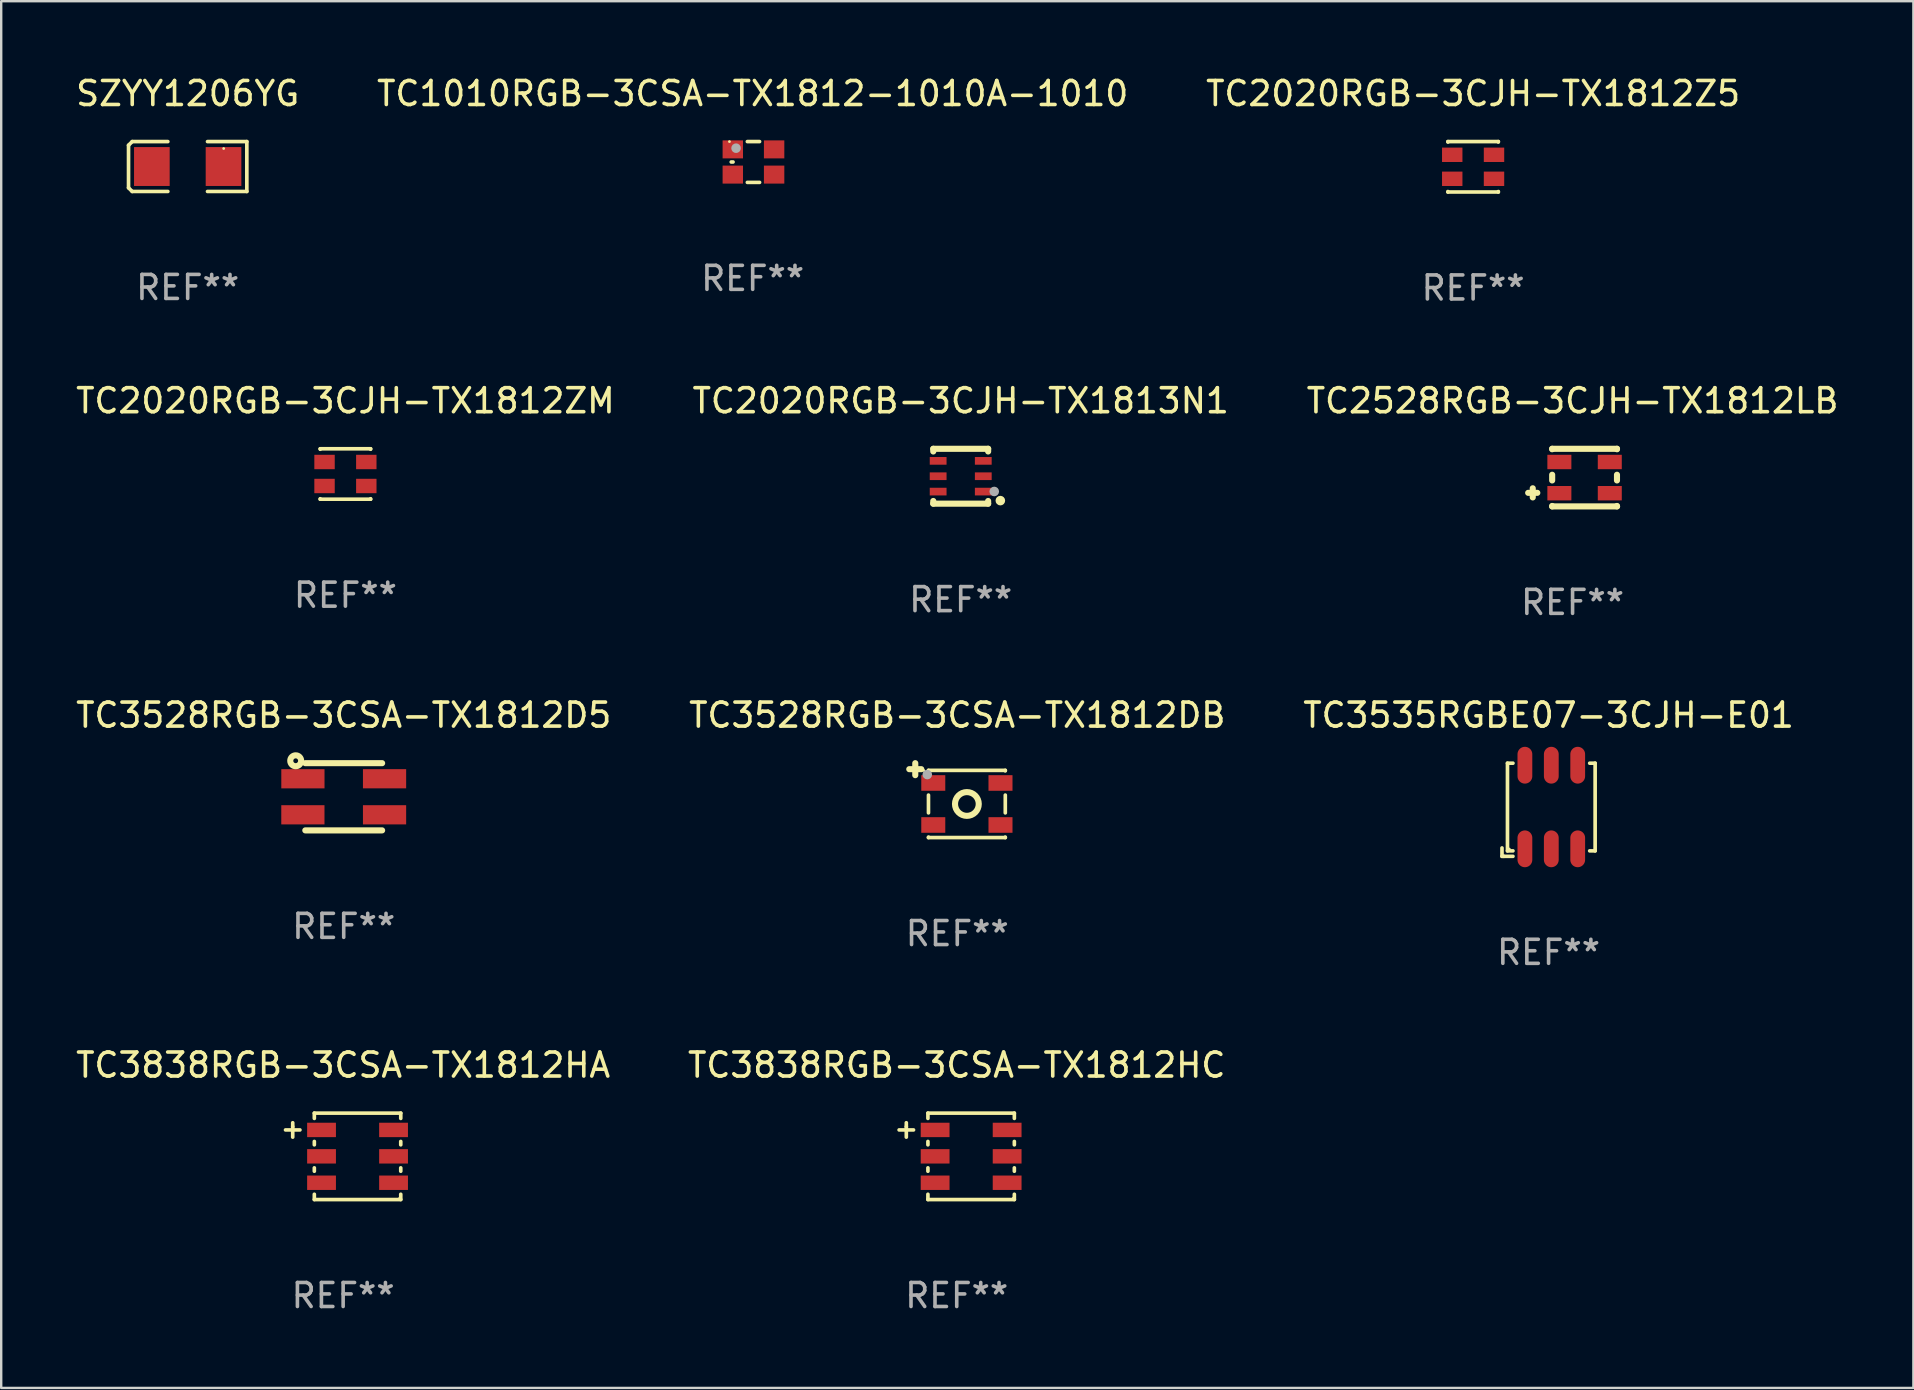
<source format=kicad_pcb>
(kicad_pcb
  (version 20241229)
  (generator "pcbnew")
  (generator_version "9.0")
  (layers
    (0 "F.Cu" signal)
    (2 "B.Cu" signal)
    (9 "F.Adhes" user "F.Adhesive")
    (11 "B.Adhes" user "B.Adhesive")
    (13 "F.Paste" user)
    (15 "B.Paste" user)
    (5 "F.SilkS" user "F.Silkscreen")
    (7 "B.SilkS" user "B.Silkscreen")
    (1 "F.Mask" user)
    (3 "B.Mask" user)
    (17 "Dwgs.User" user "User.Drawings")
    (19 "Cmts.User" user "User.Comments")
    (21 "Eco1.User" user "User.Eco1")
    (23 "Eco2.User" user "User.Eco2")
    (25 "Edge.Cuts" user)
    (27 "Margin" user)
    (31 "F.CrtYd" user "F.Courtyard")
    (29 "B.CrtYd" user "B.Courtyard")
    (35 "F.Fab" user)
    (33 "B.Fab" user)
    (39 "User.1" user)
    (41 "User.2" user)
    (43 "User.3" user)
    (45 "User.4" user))
  (footprint "TC3838RGB-3CSA-TX1812HA"
    (layer "F.Cu")
    (at 11.244 45.119)
    (property "Reference" "TC3838RGB-3CSA-TX1812HA" (at 0 -3.8 0) (layer "F.SilkS") (effects (font (size 1 1) (thickness 0.15))))
    (attr through_hole)
    (fp_line (start -2.4 -1.1) (end -1.8 -1.1) (stroke (width 0.152) (type solid)) (layer "F.SilkS"))
    (fp_line (start -2.1 -1.237) (end -2.1 -1.399) (stroke (width 0.152) (type solid)) (layer "F.SilkS"))
    (fp_line (start -2.1 -0.8) (end -2.1 -1.237) (stroke (width 0.152) (type solid)) (layer "F.SilkS"))
    (fp_line (start -1.2 -1.8) (end 2.4 -1.8) (stroke (width 0.152) (type solid)) (layer "F.SilkS"))
    (fp_line (start -1.2 -1.58) (end -1.2 -1.8) (stroke (width 0.152) (type solid)) (layer "F.SilkS"))
    (fp_line (start -1.2 -0.48) (end -1.2 -0.62) (stroke (width 0.152) (type solid)) (layer "F.SilkS"))
    (fp_line (start -1.2 0.62) (end -1.2 0.48) (stroke (width 0.152) (type solid)) (layer "F.SilkS"))
    (fp_line (start -1.2 1.8) (end -1.2 1.58) (stroke (width 0.152) (type solid)) (layer "F.SilkS"))
    (fp_line (start 2.4 -1.8) (end 2.4 -1.58) (stroke (width 0.152) (type solid)) (layer "F.SilkS"))
    (fp_line (start 2.4 -0.62) (end 2.4 -0.48) (stroke (width 0.152) (type solid)) (layer "F.SilkS"))
    (fp_line (start 2.4 0.48) (end 2.4 0.62) (stroke (width 0.152) (type solid)) (layer "F.SilkS"))
    (fp_line (start 2.4 1.58) (end 2.4 1.8) (stroke (width 0.152) (type solid)) (layer "F.SilkS"))
    (fp_line (start 2.4 1.8) (end -1.2 1.8) (stroke (width 0.152) (type solid)) (layer "F.SilkS"))
    (fp_circle (center 2.35 1.75) (end 2.38 1.75) (stroke (width 0.06) (type solid)) (fill no) (layer "F.SilkS"))
    (fp_text user "REF**" (at 0 5.8 0) (layer "F.Fab") (effects (font (size 1 1) (thickness 0.15))))
    (pad "1" smd rect (at 2.1 1.1 180) (size 1.2 0.6) (layers "F.Cu" "F.Mask" "F.Paste"))
    (pad "2" smd rect (at 2.1 0 180) (size 1.2 0.6) (layers "F.Cu" "F.Mask" "F.Paste"))
    (pad "3" smd rect (at 2.1 -1.1 180) (size 1.2 0.6) (layers "F.Cu" "F.Mask" "F.Paste"))
    (pad "4" smd rect (at -0.9 -1.1 180) (size 1.2 0.6) (layers "F.Cu" "F.Mask" "F.Paste"))
    (pad "5" smd rect (at -0.9 0 180) (size 1.2 0.6) (layers "F.Cu" "F.Mask" "F.Paste"))
    (pad "6" smd rect (at -0.9 1.1 180) (size 1.2 0.6) (layers "F.Cu" "F.Mask" "F.Paste")))
  (footprint "TC3838RGB-3CSA-TX1812HC"
    (layer "F.Cu")
    (at 36.804 45.119)
    (property "Reference" "TC3838RGB-3CSA-TX1812HC" (at 0 -3.8 0) (layer "F.SilkS") (effects (font (size 1 1) (thickness 0.15))))
    (attr through_hole)
    (fp_line (start -2.4 -1.1) (end -1.8 -1.1) (stroke (width 0.152) (type solid)) (layer "F.SilkS"))
    (fp_line (start -2.1 -1.237) (end -2.1 -1.399) (stroke (width 0.152) (type solid)) (layer "F.SilkS"))
    (fp_line (start -2.1 -0.8) (end -2.1 -1.237) (stroke (width 0.152) (type solid)) (layer "F.SilkS"))
    (fp_line (start -1.2 -1.8) (end 2.4 -1.8) (stroke (width 0.152) (type solid)) (layer "F.SilkS"))
    (fp_line (start -1.2 -1.58) (end -1.2 -1.8) (stroke (width 0.152) (type solid)) (layer "F.SilkS"))
    (fp_line (start -1.2 -0.48) (end -1.2 -0.62) (stroke (width 0.152) (type solid)) (layer "F.SilkS"))
    (fp_line (start -1.2 0.62) (end -1.2 0.48) (stroke (width 0.152) (type solid)) (layer "F.SilkS"))
    (fp_line (start -1.2 1.8) (end -1.2 1.58) (stroke (width 0.152) (type solid)) (layer "F.SilkS"))
    (fp_line (start 2.4 -1.8) (end 2.4 -1.58) (stroke (width 0.152) (type solid)) (layer "F.SilkS"))
    (fp_line (start 2.4 -0.62) (end 2.4 -0.48) (stroke (width 0.152) (type solid)) (layer "F.SilkS"))
    (fp_line (start 2.4 0.48) (end 2.4 0.62) (stroke (width 0.152) (type solid)) (layer "F.SilkS"))
    (fp_line (start 2.4 1.58) (end 2.4 1.8) (stroke (width 0.152) (type solid)) (layer "F.SilkS"))
    (fp_line (start 2.4 1.8) (end -1.2 1.8) (stroke (width 0.152) (type solid)) (layer "F.SilkS"))
    (fp_circle (center 2.35 1.75) (end 2.38 1.75) (stroke (width 0.06) (type solid)) (fill no) (layer "F.SilkS"))
    (fp_text user "REF**" (at 0 5.8 0) (layer "F.Fab") (effects (font (size 1 1) (thickness 0.15))))
    (pad "1" smd rect (at 2.1 1.1 180) (size 1.2 0.6) (layers "F.Cu" "F.Mask" "F.Paste"))
    (pad "2" smd rect (at 2.1 0 180) (size 1.2 0.6) (layers "F.Cu" "F.Mask" "F.Paste"))
    (pad "3" smd rect (at 2.1 -1.1 180) (size 1.2 0.6) (layers "F.Cu" "F.Mask" "F.Paste"))
    (pad "4" smd rect (at -0.9 -1.1 180) (size 1.2 0.6) (layers "F.Cu" "F.Mask" "F.Paste"))
    (pad "5" smd rect (at -0.9 0 180) (size 1.2 0.6) (layers "F.Cu" "F.Mask" "F.Paste"))
    (pad "6" smd rect (at -0.9 1.1 180) (size 1.2 0.6) (layers "F.Cu" "F.Mask" "F.Paste")))
  (footprint "TC2020RGB-3CJH-TX1813N1"
    (layer "F.Cu")
    (at 36.97 16.788)
    (property "Reference" "TC2020RGB-3CJH-TX1813N1" (at 0 -3.143 0) (layer "F.SilkS") (effects (font (size 1 1) (thickness 0.15))))
    (attr through_hole)
    (fp_line (start -1.143 -1.143) (end 1.143 -1.143) (stroke (width 0.254) (type solid)) (layer "F.SilkS"))
    (fp_line (start -1.143 -1.031) (end -1.143 -1.143) (stroke (width 0.254) (type solid)) (layer "F.SilkS"))
    (fp_line (start -1.143 1.143) (end -1.143 1.031) (stroke (width 0.254) (type solid)) (layer "F.SilkS"))
    (fp_line (start 1.143 -1.143) (end 1.143 -1.031) (stroke (width 0.254) (type solid)) (layer "F.SilkS"))
    (fp_line (start 1.143 1.031) (end 1.143 1.143) (stroke (width 0.254) (type solid)) (layer "F.SilkS"))
    (fp_line (start 1.143 1.143) (end -1.143 1.143) (stroke (width 0.254) (type solid)) (layer "F.SilkS"))
    (fp_circle (center 1.19 1.1) (end 1.22 1.1) (stroke (width 0.06) (type solid)) (fill no) (layer "F.SilkS"))
    (fp_circle (center 1.651 1.016) (end 1.751 1.016) (stroke (width 0.2) (type solid)) (fill no) (layer "F.SilkS"))
    (fp_circle (center 1.397 0.635) (end 1.497 0.635) (stroke (width 0.2) (type solid)) (fill no) (layer "F.Fab"))
    (fp_text user "REF**" (at 0 5.143 0) (layer "F.Fab") (effects (font (size 1 1) (thickness 0.15))))
    (pad "1" smd rect (at 0.94 0.64) (size 0.7 0.32) (layers "F.Cu" "F.Mask" "F.Paste"))
    (pad "2" smd rect (at 0.94 0.000102) (size 0.7 0.32) (layers "F.Cu" "F.Mask" "F.Paste"))
    (pad "3" smd rect (at 0.94 -0.64) (size 0.7 0.32) (layers "F.Cu" "F.Mask" "F.Paste"))
    (pad "4" smd rect (at -0.94 -0.64) (size 0.7 0.32) (layers "F.Cu" "F.Mask" "F.Paste"))
    (pad "5" smd rect (at -0.94 0.000102) (size 0.7 0.32) (layers "F.Cu" "F.Mask" "F.Paste"))
    (pad "6" smd rect (at -0.94 0.64) (size 0.7 0.32) (layers "F.Cu" "F.Mask" "F.Paste")))
  (footprint "TC1010RGB-3CSA-TX1812-1010A-1010"
    (layer "F.Cu")
    (at 28.304 3.698)
    (property "Reference" "TC1010RGB-3CSA-TX1812-1010A-1010" (at 0 -2.85 0) (layer "F.SilkS") (effects (font (size 1 1) (thickness 0.15))))
    (attr through_hole)
    (fp_line (start -0.893 -0.000013) (end -0.818 -0.000013) (stroke (width 0.152) (type solid)) (layer "F.SilkS"))
    (fp_line (start -0.222 -0.85) (end 0.287 -0.85) (stroke (width 0.152) (type solid)) (layer "F.SilkS"))
    (fp_line (start -0.222 0.85) (end 0.287 0.85) (stroke (width 0.152) (type solid)) (layer "F.SilkS"))
    (fp_circle (center -0.968 -0.85) (end -0.938 -0.85) (stroke (width 0.06) (type solid)) (fill no) (layer "F.SilkS"))
    (fp_circle (center -0.692 -0.575) (end -0.592 -0.575) (stroke (width 0.2) (type solid)) (fill no) (layer "F.Fab"))
    (fp_text user "REF**" (at 0 4.85 0) (layer "F.Fab") (effects (font (size 1 1) (thickness 0.15))))
    (pad "1" smd rect (at -0.828 -0.525) (size 0.85 0.75) (layers "F.Cu" "F.Mask" "F.Paste"))
    (pad "2" smd rect (at 0.893 -0.525) (size 0.85 0.75) (layers "F.Cu" "F.Mask" "F.Paste"))
    (pad "3" smd rect (at 0.893 0.525) (size 0.85 0.75) (layers "F.Cu" "F.Mask" "F.Paste"))
    (pad "4" smd rect (at -0.828 0.525) (size 0.85 0.75) (layers "F.Cu" "F.Mask" "F.Paste")))
  (footprint "SZYY1206YG"
    (layer "F.Cu")
    (at 4.768 3.887)
    (property "Reference" "SZYY1206YG" (at 0 -3.039 0) (layer "F.SilkS") (effects (font (size 1 1) (thickness 0.15))))
    (attr through_hole)
    (fp_line (start -2.464 -0.886) (end -2.311 -1.039) (stroke (width 0.152) (type solid)) (layer "F.SilkS"))
    (fp_line (start -2.464 0.886) (end -2.464 -0.886) (stroke (width 0.152) (type solid)) (layer "F.SilkS"))
    (fp_line (start -2.311 -1.039) (end -0.826 -1.039) (stroke (width 0.152) (type solid)) (layer "F.SilkS"))
    (fp_line (start -2.311 1.039) (end -2.464 0.886) (stroke (width 0.152) (type solid)) (layer "F.SilkS"))
    (fp_line (start -0.826 1.039) (end -2.311 1.039) (stroke (width 0.152) (type solid)) (layer "F.SilkS"))
    (fp_line (start 0.826 1.039) (end 2.464 1.039) (stroke (width 0.152) (type solid)) (layer "F.SilkS"))
    (fp_line (start 2.464 -1.039) (end 0.826 -1.039) (stroke (width 0.152) (type solid)) (layer "F.SilkS"))
    (fp_line (start 2.464 1.039) (end 2.464 -1.039) (stroke (width 0.152) (type solid)) (layer "F.SilkS"))
    (fp_circle (center 1.5 -0.75) (end 1.53 -0.75) (stroke (width 0.06) (type solid)) (fill no) (layer "F.SilkS"))
    (fp_text user "REF**" (at 0 5.039 0) (layer "F.Fab") (effects (font (size 1 1) (thickness 0.15))))
    (pad "1" smd rect (at 1.493 0.000051) (size 1.485 1.62) (layers "F.Cu" "F.Mask" "F.Paste"))
    (pad "2" smd rect (at -1.492 0.000051) (size 1.485 1.62) (layers "F.Cu" "F.Mask" "F.Paste")))
  (footprint "TC3528RGB-3CSA-TX1812DB"
    (layer "F.Cu")
    (at 36.827 30.291)
    (property "Reference" "TC3528RGB-3CSA-TX1812DB" (at 0 -3.55 0) (layer "F.SilkS") (effects (font (size 1 1) (thickness 0.15))))
    (attr through_hole)
    (fp_line (start -2 -1.3) (end -1.5 -1.3) (stroke (width 0.254) (type solid)) (layer "F.SilkS"))
    (fp_line (start -1.75 -1.05) (end -1.75 -1.55) (stroke (width 0.254) (type solid)) (layer "F.SilkS"))
    (fp_line (start -1.2 -1.25) (end -1.2 -1.23) (stroke (width 0.152) (type solid)) (layer "F.SilkS"))
    (fp_line (start -1.2 -0.22) (end -1.2 0.52) (stroke (width 0.152) (type solid)) (layer "F.SilkS"))
    (fp_line (start -1.2 1.53) (end -1.2 1.55) (stroke (width 0.152) (type solid)) (layer "F.SilkS"))
    (fp_line (start -1.2 1.55) (end 2 1.55) (stroke (width 0.152) (type solid)) (layer "F.SilkS"))
    (fp_line (start 2 -1.25) (end -1.2 -1.25) (stroke (width 0.152) (type solid)) (layer "F.SilkS"))
    (fp_line (start 2 -1.25) (end 2 -1.23) (stroke (width 0.152) (type solid)) (layer "F.SilkS"))
    (fp_line (start 2 0.52) (end 2 -0.22) (stroke (width 0.152) (type solid)) (layer "F.SilkS"))
    (fp_line (start 2 1.55) (end 2 1.53) (stroke (width 0.152) (type solid)) (layer "F.SilkS"))
    (fp_circle (center -1.4 -1.25) (end -1.37 -1.25) (stroke (width 0.06) (type solid)) (fill no) (layer "F.SilkS"))
    (fp_circle (center 0.4 0.15) (end 0.895 0.15) (stroke (width 0.254) (type solid)) (fill no) (layer "F.SilkS"))
    (fp_circle (center -1.25 -1.075) (end -1.15 -1.075) (stroke (width 0.2) (type solid)) (fill no) (layer "F.Fab"))
    (fp_text user "REF**" (at 0 5.55 0) (layer "F.Fab") (effects (font (size 1 1) (thickness 0.15))))
    (pad "1" smd rect (at -1 -0.725 90) (size 0.65 1) (layers "F.Cu" "F.Mask" "F.Paste"))
    (pad "2" smd rect (at -1 1.025 90) (size 0.65 1) (layers "F.Cu" "F.Mask" "F.Paste"))
    (pad "3" smd rect (at 1.8 1.025 90) (size 0.65 1) (layers "F.Cu" "F.Mask" "F.Paste"))
    (pad "4" smd rect (at 1.8 -0.725 90) (size 0.65 1) (layers "F.Cu" "F.Mask" "F.Paste")))
  (footprint "TC3535RGBE07-3CJH-E01"
    (layer "F.Cu")
    (at 61.458 30.682)
    (property "Reference" "TC3535RGBE07-3CJH-E01" (at 0 -3.941 0) (layer "F.SilkS") (effects (font (size 1 1) (thickness 0.15))))
    (attr through_hole)
    (fp_line (start -1.94 1.94) (end -1.94 1.591) (stroke (width 0.152) (type solid)) (layer "F.SilkS"))
    (fp_line (start -1.864 1.94) (end -1.94 1.94) (stroke (width 0.152) (type solid)) (layer "F.SilkS"))
    (fp_line (start -1.712 -1.94) (end -1.484 -1.94) (stroke (width 0.152) (type solid)) (layer "F.SilkS"))
    (fp_line (start -1.712 1.712) (end -1.712 -1.94) (stroke (width 0.152) (type solid)) (layer "F.SilkS"))
    (fp_line (start -1.484 1.712) (end -1.712 1.712) (stroke (width 0.152) (type solid)) (layer "F.SilkS"))
    (fp_line (start -1.484 1.94) (end -1.864 1.94) (stroke (width 0.152) (type solid)) (layer "F.SilkS"))
    (fp_line (start 1.713 1.712) (end 1.94 1.712) (stroke (width 0.152) (type solid)) (layer "F.SilkS"))
    (fp_line (start 1.94 -1.94) (end 1.713 -1.94) (stroke (width 0.152) (type solid)) (layer "F.SilkS"))
    (fp_line (start 1.94 1.712) (end 1.94 -1.94) (stroke (width 0.152) (type solid)) (layer "F.SilkS"))
    (fp_circle (center -1.636 1.636) (end -1.606 1.636) (stroke (width 0.06) (type solid)) (fill no) (layer "F.SilkS"))
    (fp_text user "REF**" (at 0 5.941 0) (layer "F.Fab") (effects (font (size 1 1) (thickness 0.15))))
    (pad "1" smd oval (at 1.214 -1.856) (size 0.616 1.533) (layers "F.Cu" "F.Mask" "F.Paste"))
    (pad "2" smd oval (at 0.114 -1.856) (size 0.616 1.533) (layers "F.Cu" "F.Mask" "F.Paste"))
    (pad "3" smd oval (at -0.986 -1.856) (size 0.616 1.533) (layers "F.Cu" "F.Mask" "F.Paste"))
    (pad "4" smd oval (at -0.986 1.627) (size 0.616 1.533) (layers "F.Cu" "F.Mask" "F.Paste"))
    (pad "5" smd oval (at 0.114 1.627) (size 0.616 1.533) (layers "F.Cu" "F.Mask" "F.Paste"))
    (pad "6" smd oval (at 1.214 1.627) (size 0.616 1.533) (layers "F.Cu" "F.Mask" "F.Paste")))
  (footprint "TC2020RGB-3CJH-TX1812Z5"
    (layer "F.Cu")
    (at 58.315 3.898)
    (property "Reference" "TC2020RGB-3CJH-TX1812Z5" (at 0 -3.05 0) (layer "F.SilkS") (effects (font (size 1 1) (thickness 0.15))))
    (attr through_hole)
    (fp_line (start -1.05 -1.05) (end 1.05 -1.05) (stroke (width 0.152) (type solid)) (layer "F.SilkS"))
    (fp_line (start -1.05 -1.031) (end -1.05 -1.05) (stroke (width 0.152) (type solid)) (layer "F.SilkS"))
    (fp_line (start -1.05 1.05) (end -1.05 1.031) (stroke (width 0.152) (type solid)) (layer "F.SilkS"))
    (fp_line (start 1.05 -1.05) (end 1.05 -1.031) (stroke (width 0.152) (type solid)) (layer "F.SilkS"))
    (fp_line (start 1.05 1.031) (end 1.05 1.05) (stroke (width 0.152) (type solid)) (layer "F.SilkS"))
    (fp_line (start 1.05 1.05) (end -1.05 1.05) (stroke (width 0.152) (type solid)) (layer "F.SilkS"))
    (fp_circle (center -1.05 -1.05) (end -1.02 -1.05) (stroke (width 0.06) (type solid)) (fill no) (layer "F.SilkS"))
    (fp_text user "REF**" (at 0 5.05 0) (layer "F.Fab") (effects (font (size 1 1) (thickness 0.15))))
    (pad "1" smd rect (at -0.87 -0.5) (size 0.85 0.6) (layers "F.Cu" "F.Mask" "F.Paste"))
    (pad "2" smd rect (at -0.87 0.5) (size 0.85 0.6) (layers "F.Cu" "F.Mask" "F.Paste"))
    (pad "3" smd rect (at 0.87 0.5) (size 0.85 0.6) (layers "F.Cu" "F.Mask" "F.Paste"))
    (pad "4" smd rect (at 0.87 -0.5) (size 0.85 0.6) (layers "F.Cu" "F.Mask" "F.Paste")))
  (footprint "TC2020RGB-3CJH-TX1812ZM"
    (layer "F.Cu")
    (at 11.339 16.695)
    (property "Reference" "TC2020RGB-3CJH-TX1812ZM" (at 0 -3.05 0) (layer "F.SilkS") (effects (font (size 1 1) (thickness 0.15))))
    (attr through_hole)
    (fp_line (start -1.05 -1.05) (end 1.05 -1.05) (stroke (width 0.152) (type solid)) (layer "F.SilkS"))
    (fp_line (start -1.05 -1.031) (end -1.05 -1.05) (stroke (width 0.152) (type solid)) (layer "F.SilkS"))
    (fp_line (start -1.05 1.05) (end -1.05 1.031) (stroke (width 0.152) (type solid)) (layer "F.SilkS"))
    (fp_line (start 1.05 -1.05) (end 1.05 -1.031) (stroke (width 0.152) (type solid)) (layer "F.SilkS"))
    (fp_line (start 1.05 1.031) (end 1.05 1.05) (stroke (width 0.152) (type solid)) (layer "F.SilkS"))
    (fp_line (start 1.05 1.05) (end -1.05 1.05) (stroke (width 0.152) (type solid)) (layer "F.SilkS"))
    (fp_circle (center -1.05 -1.05) (end -1.02 -1.05) (stroke (width 0.06) (type solid)) (fill no) (layer "F.SilkS"))
    (fp_text user "REF**" (at 0 5.05 0) (layer "F.Fab") (effects (font (size 1 1) (thickness 0.15))))
    (pad "1" smd rect (at -0.87 -0.5) (size 0.85 0.6) (layers "F.Cu" "F.Mask" "F.Paste"))
    (pad "2" smd rect (at -0.87 0.5) (size 0.85 0.6) (layers "F.Cu" "F.Mask" "F.Paste"))
    (pad "3" smd rect (at 0.87 0.5) (size 0.85 0.6) (layers "F.Cu" "F.Mask" "F.Paste"))
    (pad "4" smd rect (at 0.87 -0.5) (size 0.85 0.6) (layers "F.Cu" "F.Mask" "F.Paste")))
  (footprint "TC3528RGB-3CSA-TX1812D5"
    (layer "F.Cu")
    (at 11.268 30.141)
    (property "Reference" "TC3528RGB-3CSA-TX1812D5" (at 0 -3.4 0) (layer "F.SilkS") (effects (font (size 1 1) (thickness 0.15))))
    (attr through_hole)
    (fp_line (start -1.6 -1.4) (end 1.6 -1.4) (stroke (width 0.254) (type solid)) (layer "F.SilkS"))
    (fp_line (start 1.6 1.4) (end -1.6 1.4) (stroke (width 0.254) (type solid)) (layer "F.SilkS"))
    (fp_circle (center -2 -1.5) (end -1.9 -1.5) (stroke (width 0.254) (type solid)) (fill no) (layer "F.SilkS"))
    (fp_circle (center -1.75 -1.4) (end -1.72 -1.4) (stroke (width 0.06) (type solid)) (fill no) (layer "F.SilkS"))
    (fp_text user "REF**" (at 0 5.4 0) (layer "F.Fab") (effects (font (size 1 1) (thickness 0.15))))
    (pad "1" smd rect (at -1.7 -0.75) (size 1.8 0.8) (layers "F.Cu" "F.Mask" "F.Paste"))
    (pad "2" smd rect (at -1.701 0.751) (size 1.8 0.8) (layers "F.Cu" "F.Mask" "F.Paste"))
    (pad "3" smd rect (at 1.701 0.751) (size 1.8 0.8) (layers "F.Cu" "F.Mask" "F.Paste"))
    (pad "4" smd rect (at 1.701 -0.751) (size 1.8 0.8) (layers "F.Cu" "F.Mask" "F.Paste")))
  (footprint "TC2528RGB-3CJH-TX1812LB"
    (layer "F.Cu")
    (at 62.458 16.845)
    (property "Reference" "TC2528RGB-3CJH-TX1812LB" (at 0 -3.2 0) (layer "F.SilkS") (effects (font (size 1 1) (thickness 0.15))))
    (attr through_hole)
    (fp_line (start -1.85 0.635) (end -1.469 0.635) (stroke (width 0.254) (type solid)) (layer "F.SilkS"))
    (fp_line (start -1.659 0.826) (end -1.659 0.445) (stroke (width 0.254) (type solid)) (layer "F.SilkS"))
    (fp_line (start -0.85 -1.2) (end -0.85 -1.181) (stroke (width 0.254) (type solid)) (layer "F.SilkS"))
    (fp_line (start -0.85 -0.119) (end -0.85 0.119) (stroke (width 0.254) (type solid)) (layer "F.SilkS"))
    (fp_line (start -0.85 1.181) (end -0.85 1.2) (stroke (width 0.254) (type solid)) (layer "F.SilkS"))
    (fp_line (start 1.85 -1.2) (end -0.85 -1.2) (stroke (width 0.254) (type solid)) (layer "F.SilkS"))
    (fp_line (start 1.85 -1.2) (end 1.85 -1.181) (stroke (width 0.254) (type solid)) (layer "F.SilkS"))
    (fp_line (start 1.85 -0.119) (end 1.85 0.119) (stroke (width 0.254) (type solid)) (layer "F.SilkS"))
    (fp_line (start 1.85 1.181) (end 1.85 1.2) (stroke (width 0.254) (type solid)) (layer "F.SilkS"))
    (fp_line (start 1.85 1.2) (end -0.85 1.2) (stroke (width 0.254) (type solid)) (layer "F.SilkS"))
    (fp_circle (center 1.925 1.2) (end 1.955 1.2) (stroke (width 0.06) (type solid)) (fill no) (layer "F.SilkS"))
    (fp_text user "REF**" (at 0 5.2 0) (layer "F.Fab") (effects (font (size 1 1) (thickness 0.15))))
    (pad "1" smd rect (at 1.55 0.65) (size 1 0.6) (layers "F.Cu" "F.Mask" "F.Paste"))
    (pad "2" smd rect (at 1.55 -0.65) (size 1 0.6) (layers "F.Cu" "F.Mask" "F.Paste"))
    (pad "3" smd rect (at -0.55 -0.65) (size 1 0.6) (layers "F.Cu" "F.Mask" "F.Paste"))
    (pad "4" smd rect (at -0.55 0.65) (size 1 0.6) (layers "F.Cu" "F.Mask" "F.Paste")))
  (gr_rect
    (start -3 -3)
    (end 76.655 54.767)
    (stroke (width 0.1) (type default))
    (fill no)
    (layer "Edge.Cuts")))
</source>
